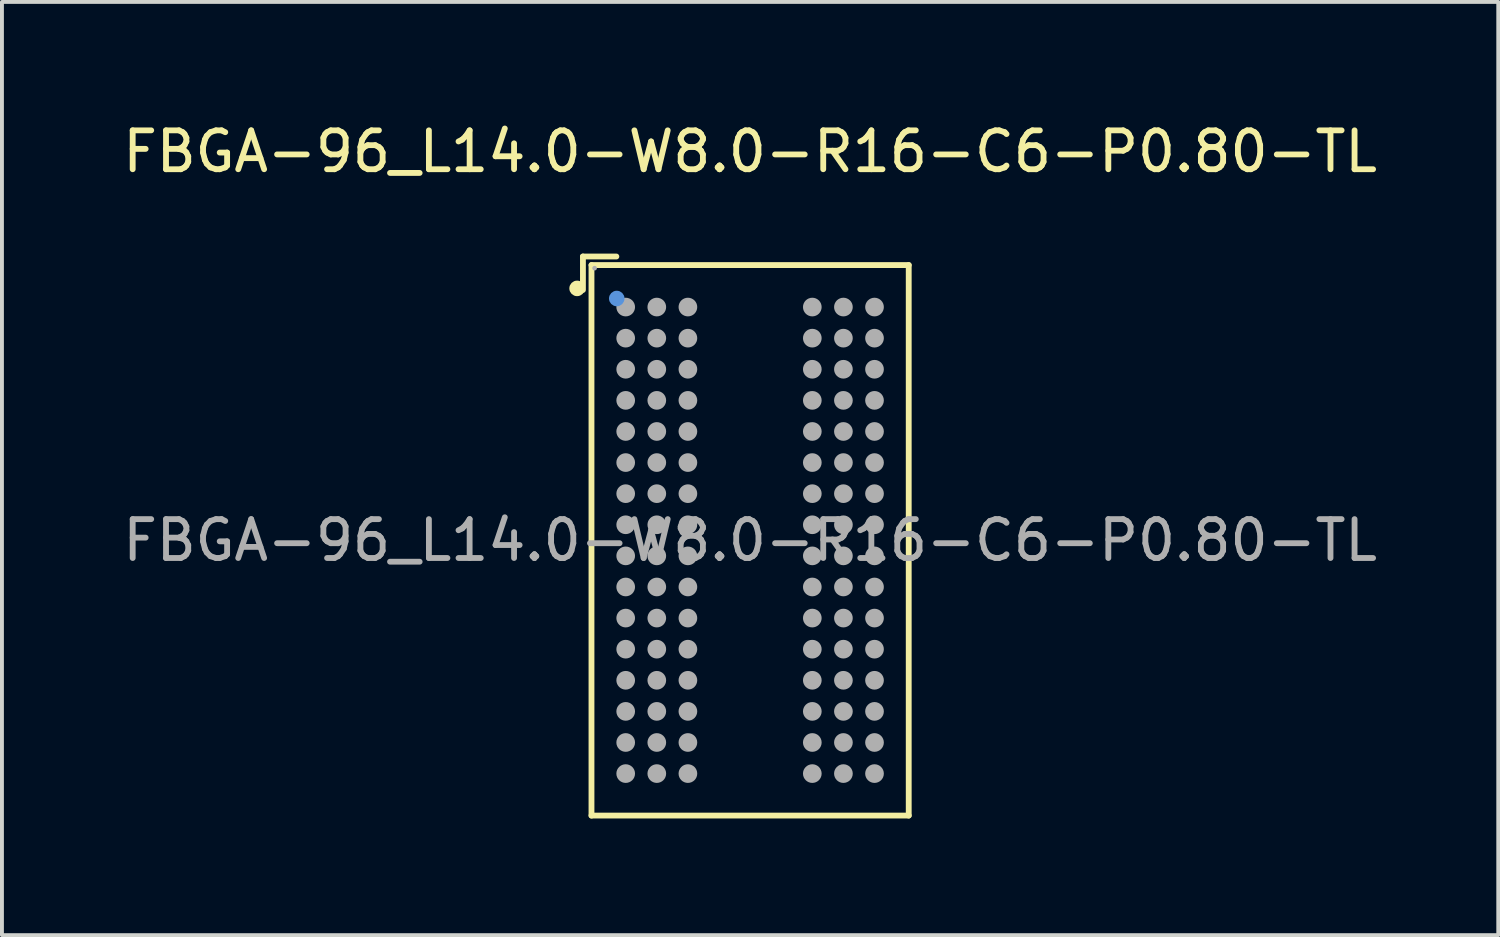
<source format=kicad_pcb>
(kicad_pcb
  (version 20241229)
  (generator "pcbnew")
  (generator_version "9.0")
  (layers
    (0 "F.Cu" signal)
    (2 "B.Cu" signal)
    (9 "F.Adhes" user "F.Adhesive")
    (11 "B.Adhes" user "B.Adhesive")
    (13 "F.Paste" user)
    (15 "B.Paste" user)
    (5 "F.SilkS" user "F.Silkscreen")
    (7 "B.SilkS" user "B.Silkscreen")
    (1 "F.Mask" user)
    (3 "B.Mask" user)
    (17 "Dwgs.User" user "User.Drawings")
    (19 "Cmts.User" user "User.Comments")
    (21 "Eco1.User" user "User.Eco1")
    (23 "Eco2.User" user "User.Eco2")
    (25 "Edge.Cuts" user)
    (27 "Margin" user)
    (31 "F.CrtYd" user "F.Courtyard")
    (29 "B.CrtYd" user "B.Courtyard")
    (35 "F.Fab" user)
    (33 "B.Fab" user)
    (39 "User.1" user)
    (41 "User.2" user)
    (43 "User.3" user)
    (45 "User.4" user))
  (footprint "FBGA-96_L14.0-W8.0-R16-C6-P0.80-TL"
    (layer "F.Cu")
    (at 16.244 10.848)
    (property "Reference" "FBGA-96_L14.0-W8.0-R16-C6-P0.80-TL" (at 0 -10 0) (layer "F.SilkS") (effects (font (size 1 1) (thickness 0.15))))
    (attr smd)
    (fp_line (start -4.3 -7.3) (end -4.3 -6.44) (stroke (width 0.15) (type solid)) (layer "F.SilkS"))
    (fp_line (start -4.08 -7.08) (end 4.08 -7.08) (stroke (width 0.15) (type solid)) (layer "F.SilkS"))
    (fp_line (start -4.08 7.08) (end -4.08 -7.08) (stroke (width 0.15) (type solid)) (layer "F.SilkS"))
    (fp_line (start -3.44 -7.3) (end -4.3 -7.3) (stroke (width 0.15) (type solid)) (layer "F.SilkS"))
    (fp_line (start 4.08 -7.08) (end 4.08 7.08) (stroke (width 0.15) (type solid)) (layer "F.SilkS"))
    (fp_line (start 4.08 7.08) (end -4.08 7.08) (stroke (width 0.15) (type solid)) (layer "F.SilkS"))
    (fp_circle (center -4.45 -6.48) (end -4.35 -6.48) (stroke (width 0.2) (type solid)) (fill no) (layer "F.SilkS"))
    (fp_circle (center -3.43 -6.22) (end -3.33 -6.22) (stroke (width 0.2) (type solid)) (fill no) (layer "Cmts.User"))
    (fp_circle (center -4 -7) (end -3.97 -7) (stroke (width 0.06) (type solid)) (fill no) (layer "F.Fab"))
    (fp_circle (center -3.2 -6) (end -3.08 -6) (stroke (width 0.24) (type solid)) (fill no) (layer "F.Fab"))
    (fp_circle (center -3.2 -5.2) (end -3.08 -5.2) (stroke (width 0.24) (type solid)) (fill no) (layer "F.Fab"))
    (fp_circle (center -3.2 -4.4) (end -3.08 -4.4) (stroke (width 0.24) (type solid)) (fill no) (layer "F.Fab"))
    (fp_circle (center -3.2 -3.6) (end -3.08 -3.6) (stroke (width 0.24) (type solid)) (fill no) (layer "F.Fab"))
    (fp_circle (center -3.2 -2.8) (end -3.08 -2.8) (stroke (width 0.24) (type solid)) (fill no) (layer "F.Fab"))
    (fp_circle (center -3.2 -2) (end -3.08 -2) (stroke (width 0.24) (type solid)) (fill no) (layer "F.Fab"))
    (fp_circle (center -3.2 -1.2) (end -3.08 -1.2) (stroke (width 0.24) (type solid)) (fill no) (layer "F.Fab"))
    (fp_circle (center -3.2 -0.4) (end -3.08 -0.4) (stroke (width 0.24) (type solid)) (fill no) (layer "F.Fab"))
    (fp_circle (center -3.2 0.4) (end -3.08 0.4) (stroke (width 0.24) (type solid)) (fill no) (layer "F.Fab"))
    (fp_circle (center -3.2 1.2) (end -3.08 1.2) (stroke (width 0.24) (type solid)) (fill no) (layer "F.Fab"))
    (fp_circle (center -3.2 2) (end -3.08 2) (stroke (width 0.24) (type solid)) (fill no) (layer "F.Fab"))
    (fp_circle (center -3.2 2.8) (end -3.08 2.8) (stroke (width 0.24) (type solid)) (fill no) (layer "F.Fab"))
    (fp_circle (center -3.2 3.6) (end -3.08 3.6) (stroke (width 0.24) (type solid)) (fill no) (layer "F.Fab"))
    (fp_circle (center -3.2 4.4) (end -3.08 4.4) (stroke (width 0.24) (type solid)) (fill no) (layer "F.Fab"))
    (fp_circle (center -3.2 5.2) (end -3.08 5.2) (stroke (width 0.24) (type solid)) (fill no) (layer "F.Fab"))
    (fp_circle (center -3.2 6) (end -3.08 6) (stroke (width 0.24) (type solid)) (fill no) (layer "F.Fab"))
    (fp_circle (center -2.4 -6) (end -2.28 -6) (stroke (width 0.24) (type solid)) (fill no) (layer "F.Fab"))
    (fp_circle (center -2.4 -5.2) (end -2.28 -5.2) (stroke (width 0.24) (type solid)) (fill no) (layer "F.Fab"))
    (fp_circle (center -2.4 -4.4) (end -2.28 -4.4) (stroke (width 0.24) (type solid)) (fill no) (layer "F.Fab"))
    (fp_circle (center -2.4 -3.6) (end -2.28 -3.6) (stroke (width 0.24) (type solid)) (fill no) (layer "F.Fab"))
    (fp_circle (center -2.4 -2.8) (end -2.28 -2.8) (stroke (width 0.24) (type solid)) (fill no) (layer "F.Fab"))
    (fp_circle (center -2.4 -2) (end -2.28 -2) (stroke (width 0.24) (type solid)) (fill no) (layer "F.Fab"))
    (fp_circle (center -2.4 -1.2) (end -2.28 -1.2) (stroke (width 0.24) (type solid)) (fill no) (layer "F.Fab"))
    (fp_circle (center -2.4 -0.4) (end -2.28 -0.4) (stroke (width 0.24) (type solid)) (fill no) (layer "F.Fab"))
    (fp_circle (center -2.4 0.4) (end -2.28 0.4) (stroke (width 0.24) (type solid)) (fill no) (layer "F.Fab"))
    (fp_circle (center -2.4 1.2) (end -2.28 1.2) (stroke (width 0.24) (type solid)) (fill no) (layer "F.Fab"))
    (fp_circle (center -2.4 2) (end -2.28 2) (stroke (width 0.24) (type solid)) (fill no) (layer "F.Fab"))
    (fp_circle (center -2.4 2.8) (end -2.28 2.8) (stroke (width 0.24) (type solid)) (fill no) (layer "F.Fab"))
    (fp_circle (center -2.4 3.6) (end -2.28 3.6) (stroke (width 0.24) (type solid)) (fill no) (layer "F.Fab"))
    (fp_circle (center -2.4 4.4) (end -2.28 4.4) (stroke (width 0.24) (type solid)) (fill no) (layer "F.Fab"))
    (fp_circle (center -2.4 5.2) (end -2.28 5.2) (stroke (width 0.24) (type solid)) (fill no) (layer "F.Fab"))
    (fp_circle (center -2.4 6) (end -2.28 6) (stroke (width 0.24) (type solid)) (fill no) (layer "F.Fab"))
    (fp_circle (center -1.6 -6) (end -1.48 -6) (stroke (width 0.24) (type solid)) (fill no) (layer "F.Fab"))
    (fp_circle (center -1.6 -5.2) (end -1.48 -5.2) (stroke (width 0.24) (type solid)) (fill no) (layer "F.Fab"))
    (fp_circle (center -1.6 -4.4) (end -1.48 -4.4) (stroke (width 0.24) (type solid)) (fill no) (layer "F.Fab"))
    (fp_circle (center -1.6 -3.6) (end -1.48 -3.6) (stroke (width 0.24) (type solid)) (fill no) (layer "F.Fab"))
    (fp_circle (center -1.6 -2.8) (end -1.48 -2.8) (stroke (width 0.24) (type solid)) (fill no) (layer "F.Fab"))
    (fp_circle (center -1.6 -2) (end -1.48 -2) (stroke (width 0.24) (type solid)) (fill no) (layer "F.Fab"))
    (fp_circle (center -1.6 -1.2) (end -1.48 -1.2) (stroke (width 0.24) (type solid)) (fill no) (layer "F.Fab"))
    (fp_circle (center -1.6 -0.4) (end -1.48 -0.4) (stroke (width 0.24) (type solid)) (fill no) (layer "F.Fab"))
    (fp_circle (center -1.6 0.4) (end -1.48 0.4) (stroke (width 0.24) (type solid)) (fill no) (layer "F.Fab"))
    (fp_circle (center -1.6 1.2) (end -1.48 1.2) (stroke (width 0.24) (type solid)) (fill no) (layer "F.Fab"))
    (fp_circle (center -1.6 2) (end -1.48 2) (stroke (width 0.24) (type solid)) (fill no) (layer "F.Fab"))
    (fp_circle (center -1.6 2.8) (end -1.48 2.8) (stroke (width 0.24) (type solid)) (fill no) (layer "F.Fab"))
    (fp_circle (center -1.6 3.6) (end -1.48 3.6) (stroke (width 0.24) (type solid)) (fill no) (layer "F.Fab"))
    (fp_circle (center -1.6 4.4) (end -1.48 4.4) (stroke (width 0.24) (type solid)) (fill no) (layer "F.Fab"))
    (fp_circle (center -1.6 5.2) (end -1.48 5.2) (stroke (width 0.24) (type solid)) (fill no) (layer "F.Fab"))
    (fp_circle (center -1.6 6) (end -1.48 6) (stroke (width 0.24) (type solid)) (fill no) (layer "F.Fab"))
    (fp_circle (center 1.6 -6) (end 1.72 -6) (stroke (width 0.24) (type solid)) (fill no) (layer "F.Fab"))
    (fp_circle (center 1.6 -5.2) (end 1.72 -5.2) (stroke (width 0.24) (type solid)) (fill no) (layer "F.Fab"))
    (fp_circle (center 1.6 -4.4) (end 1.72 -4.4) (stroke (width 0.24) (type solid)) (fill no) (layer "F.Fab"))
    (fp_circle (center 1.6 -3.6) (end 1.72 -3.6) (stroke (width 0.24) (type solid)) (fill no) (layer "F.Fab"))
    (fp_circle (center 1.6 -2.8) (end 1.72 -2.8) (stroke (width 0.24) (type solid)) (fill no) (layer "F.Fab"))
    (fp_circle (center 1.6 -2) (end 1.72 -2) (stroke (width 0.24) (type solid)) (fill no) (layer "F.Fab"))
    (fp_circle (center 1.6 -1.2) (end 1.72 -1.2) (stroke (width 0.24) (type solid)) (fill no) (layer "F.Fab"))
    (fp_circle (center 1.6 -0.4) (end 1.72 -0.4) (stroke (width 0.24) (type solid)) (fill no) (layer "F.Fab"))
    (fp_circle (center 1.6 0.4) (end 1.72 0.4) (stroke (width 0.24) (type solid)) (fill no) (layer "F.Fab"))
    (fp_circle (center 1.6 1.2) (end 1.72 1.2) (stroke (width 0.24) (type solid)) (fill no) (layer "F.Fab"))
    (fp_circle (center 1.6 2) (end 1.72 2) (stroke (width 0.24) (type solid)) (fill no) (layer "F.Fab"))
    (fp_circle (center 1.6 2.8) (end 1.72 2.8) (stroke (width 0.24) (type solid)) (fill no) (layer "F.Fab"))
    (fp_circle (center 1.6 3.6) (end 1.72 3.6) (stroke (width 0.24) (type solid)) (fill no) (layer "F.Fab"))
    (fp_circle (center 1.6 4.4) (end 1.72 4.4) (stroke (width 0.24) (type solid)) (fill no) (layer "F.Fab"))
    (fp_circle (center 1.6 5.2) (end 1.72 5.2) (stroke (width 0.24) (type solid)) (fill no) (layer "F.Fab"))
    (fp_circle (center 1.6 6) (end 1.72 6) (stroke (width 0.24) (type solid)) (fill no) (layer "F.Fab"))
    (fp_circle (center 2.4 -6) (end 2.52 -6) (stroke (width 0.24) (type solid)) (fill no) (layer "F.Fab"))
    (fp_circle (center 2.4 -5.2) (end 2.52 -5.2) (stroke (width 0.24) (type solid)) (fill no) (layer "F.Fab"))
    (fp_circle (center 2.4 -4.4) (end 2.52 -4.4) (stroke (width 0.24) (type solid)) (fill no) (layer "F.Fab"))
    (fp_circle (center 2.4 -3.6) (end 2.52 -3.6) (stroke (width 0.24) (type solid)) (fill no) (layer "F.Fab"))
    (fp_circle (center 2.4 -2.8) (end 2.52 -2.8) (stroke (width 0.24) (type solid)) (fill no) (layer "F.Fab"))
    (fp_circle (center 2.4 -2) (end 2.52 -2) (stroke (width 0.24) (type solid)) (fill no) (layer "F.Fab"))
    (fp_circle (center 2.4 -1.2) (end 2.52 -1.2) (stroke (width 0.24) (type solid)) (fill no) (layer "F.Fab"))
    (fp_circle (center 2.4 -0.4) (end 2.52 -0.4) (stroke (width 0.24) (type solid)) (fill no) (layer "F.Fab"))
    (fp_circle (center 2.4 0.4) (end 2.52 0.4) (stroke (width 0.24) (type solid)) (fill no) (layer "F.Fab"))
    (fp_circle (center 2.4 1.2) (end 2.52 1.2) (stroke (width 0.24) (type solid)) (fill no) (layer "F.Fab"))
    (fp_circle (center 2.4 2) (end 2.52 2) (stroke (width 0.24) (type solid)) (fill no) (layer "F.Fab"))
    (fp_circle (center 2.4 2.8) (end 2.52 2.8) (stroke (width 0.24) (type solid)) (fill no) (layer "F.Fab"))
    (fp_circle (center 2.4 3.6) (end 2.52 3.6) (stroke (width 0.24) (type solid)) (fill no) (layer "F.Fab"))
    (fp_circle (center 2.4 4.4) (end 2.52 4.4) (stroke (width 0.24) (type solid)) (fill no) (layer "F.Fab"))
    (fp_circle (center 2.4 5.2) (end 2.52 5.2) (stroke (width 0.24) (type solid)) (fill no) (layer "F.Fab"))
    (fp_circle (center 2.4 6) (end 2.52 6) (stroke (width 0.24) (type solid)) (fill no) (layer "F.Fab"))
    (fp_circle (center 3.2 -6) (end 3.32 -6) (stroke (width 0.24) (type solid)) (fill no) (layer "F.Fab"))
    (fp_circle (center 3.2 -5.2) (end 3.32 -5.2) (stroke (width 0.24) (type solid)) (fill no) (layer "F.Fab"))
    (fp_circle (center 3.2 -4.4) (end 3.32 -4.4) (stroke (width 0.24) (type solid)) (fill no) (layer "F.Fab"))
    (fp_circle (center 3.2 -3.6) (end 3.32 -3.6) (stroke (width 0.24) (type solid)) (fill no) (layer "F.Fab"))
    (fp_circle (center 3.2 -2.8) (end 3.32 -2.8) (stroke (width 0.24) (type solid)) (fill no) (layer "F.Fab"))
    (fp_circle (center 3.2 -2) (end 3.32 -2) (stroke (width 0.24) (type solid)) (fill no) (layer "F.Fab"))
    (fp_circle (center 3.2 -1.2) (end 3.32 -1.2) (stroke (width 0.24) (type solid)) (fill no) (layer "F.Fab"))
    (fp_circle (center 3.2 -0.4) (end 3.32 -0.4) (stroke (width 0.24) (type solid)) (fill no) (layer "F.Fab"))
    (fp_circle (center 3.2 0.4) (end 3.32 0.4) (stroke (width 0.24) (type solid)) (fill no) (layer "F.Fab"))
    (fp_circle (center 3.2 1.2) (end 3.32 1.2) (stroke (width 0.24) (type solid)) (fill no) (layer "F.Fab"))
    (fp_circle (center 3.2 2) (end 3.32 2) (stroke (width 0.24) (type solid)) (fill no) (layer "F.Fab"))
    (fp_circle (center 3.2 2.8) (end 3.32 2.8) (stroke (width 0.24) (type solid)) (fill no) (layer "F.Fab"))
    (fp_circle (center 3.2 3.6) (end 3.32 3.6) (stroke (width 0.24) (type solid)) (fill no) (layer "F.Fab"))
    (fp_circle (center 3.2 4.4) (end 3.32 4.4) (stroke (width 0.24) (type solid)) (fill no) (layer "F.Fab"))
    (fp_circle (center 3.2 5.2) (end 3.32 5.2) (stroke (width 0.24) (type solid)) (fill no) (layer "F.Fab"))
    (fp_circle (center 3.2 6) (end 3.32 6) (stroke (width 0.24) (type solid)) (fill no) (layer "F.Fab"))
    (fp_text user "${REFERENCE}" (at 0 0 0) (layer "F.Fab") (effects (font (size 1 1) (thickness 0.15))))
    (pad "A1" smd circle (at -3.2 -6 270) (size 0.39 0.39) (layers "F.Cu" "F.Mask" "F.Paste"))
    (pad "A2" smd circle (at -2.4 -6 270) (size 0.39 0.39) (layers "F.Cu" "F.Mask" "F.Paste"))
    (pad "A3" smd circle (at -1.6 -6 270) (size 0.39 0.39) (layers "F.Cu" "F.Mask" "F.Paste"))
    (pad "A7" smd circle (at 1.6 -6 270) (size 0.39 0.39) (layers "F.Cu" "F.Mask" "F.Paste"))
    (pad "A8" smd circle (at 2.4 -6 270) (size 0.39 0.39) (layers "F.Cu" "F.Mask" "F.Paste"))
    (pad "A9" smd circle (at 3.2 -6 270) (size 0.39 0.39) (layers "F.Cu" "F.Mask" "F.Paste"))
    (pad "B1" smd circle (at -3.2 -5.2 270) (size 0.39 0.39) (layers "F.Cu" "F.Mask" "F.Paste"))
    (pad "B2" smd circle (at -2.4 -5.2 270) (size 0.39 0.39) (layers "F.Cu" "F.Mask" "F.Paste"))
    (pad "B3" smd circle (at -1.6 -5.2 270) (size 0.39 0.39) (layers "F.Cu" "F.Mask" "F.Paste"))
    (pad "B7" smd circle (at 1.6 -5.2 270) (size 0.39 0.39) (layers "F.Cu" "F.Mask" "F.Paste"))
    (pad "B8" smd circle (at 2.4 -5.2 270) (size 0.39 0.39) (layers "F.Cu" "F.Mask" "F.Paste"))
    (pad "B9" smd circle (at 3.2 -5.2 270) (size 0.39 0.39) (layers "F.Cu" "F.Mask" "F.Paste"))
    (pad "C1" smd circle (at -3.2 -4.4 270) (size 0.39 0.39) (layers "F.Cu" "F.Mask" "F.Paste"))
    (pad "C2" smd circle (at -2.4 -4.4 270) (size 0.39 0.39) (layers "F.Cu" "F.Mask" "F.Paste"))
    (pad "C3" smd circle (at -1.6 -4.4 270) (size 0.39 0.39) (layers "F.Cu" "F.Mask" "F.Paste"))
    (pad "C7" smd circle (at 1.6 -4.4 270) (size 0.39 0.39) (layers "F.Cu" "F.Mask" "F.Paste"))
    (pad "C8" smd circle (at 2.4 -4.4 270) (size 0.39 0.39) (layers "F.Cu" "F.Mask" "F.Paste"))
    (pad "C9" smd circle (at 3.2 -4.4 270) (size 0.39 0.39) (layers "F.Cu" "F.Mask" "F.Paste"))
    (pad "D1" smd circle (at -3.2 -3.6 270) (size 0.39 0.39) (layers "F.Cu" "F.Mask" "F.Paste"))
    (pad "D2" smd circle (at -2.4 -3.6 270) (size 0.39 0.39) (layers "F.Cu" "F.Mask" "F.Paste"))
    (pad "D3" smd circle (at -1.6 -3.6 270) (size 0.39 0.39) (layers "F.Cu" "F.Mask" "F.Paste"))
    (pad "D7" smd circle (at 1.6 -3.6 270) (size 0.39 0.39) (layers "F.Cu" "F.Mask" "F.Paste"))
    (pad "D8" smd circle (at 2.4 -3.6 270) (size 0.39 0.39) (layers "F.Cu" "F.Mask" "F.Paste"))
    (pad "D9" smd circle (at 3.2 -3.6 270) (size 0.39 0.39) (layers "F.Cu" "F.Mask" "F.Paste"))
    (pad "E1" smd circle (at -3.2 -2.8 270) (size 0.39 0.39) (layers "F.Cu" "F.Mask" "F.Paste"))
    (pad "E2" smd circle (at -2.4 -2.8 270) (size 0.39 0.39) (layers "F.Cu" "F.Mask" "F.Paste"))
    (pad "E3" smd circle (at -1.6 -2.8 270) (size 0.39 0.39) (layers "F.Cu" "F.Mask" "F.Paste"))
    (pad "E7" smd circle (at 1.6 -2.8 270) (size 0.39 0.39) (layers "F.Cu" "F.Mask" "F.Paste"))
    (pad "E8" smd circle (at 2.4 -2.8 270) (size 0.39 0.39) (layers "F.Cu" "F.Mask" "F.Paste"))
    (pad "E9" smd circle (at 3.2 -2.8 270) (size 0.39 0.39) (layers "F.Cu" "F.Mask" "F.Paste"))
    (pad "F1" smd circle (at -3.2 -2 270) (size 0.39 0.39) (layers "F.Cu" "F.Mask" "F.Paste"))
    (pad "F2" smd circle (at -2.4 -2 270) (size 0.39 0.39) (layers "F.Cu" "F.Mask" "F.Paste"))
    (pad "F3" smd circle (at -1.6 -2 270) (size 0.39 0.39) (layers "F.Cu" "F.Mask" "F.Paste"))
    (pad "F7" smd circle (at 1.6 -2 270) (size 0.39 0.39) (layers "F.Cu" "F.Mask" "F.Paste"))
    (pad "F8" smd circle (at 2.4 -2 270) (size 0.39 0.39) (layers "F.Cu" "F.Mask" "F.Paste"))
    (pad "F9" smd circle (at 3.2 -2 270) (size 0.39 0.39) (layers "F.Cu" "F.Mask" "F.Paste"))
    (pad "G1" smd circle (at -3.2 -1.2 270) (size 0.39 0.39) (layers "F.Cu" "F.Mask" "F.Paste"))
    (pad "G2" smd circle (at -2.4 -1.2 270) (size 0.39 0.39) (layers "F.Cu" "F.Mask" "F.Paste"))
    (pad "G3" smd circle (at -1.6 -1.2 270) (size 0.39 0.39) (layers "F.Cu" "F.Mask" "F.Paste"))
    (pad "G7" smd circle (at 1.6 -1.2 270) (size 0.39 0.39) (layers "F.Cu" "F.Mask" "F.Paste"))
    (pad "G8" smd circle (at 2.4 -1.2 270) (size 0.39 0.39) (layers "F.Cu" "F.Mask" "F.Paste"))
    (pad "G9" smd circle (at 3.2 -1.2 270) (size 0.39 0.39) (layers "F.Cu" "F.Mask" "F.Paste"))
    (pad "H1" smd circle (at -3.2 -0.4 270) (size 0.39 0.39) (layers "F.Cu" "F.Mask" "F.Paste"))
    (pad "H2" smd circle (at -2.4 -0.4 270) (size 0.39 0.39) (layers "F.Cu" "F.Mask" "F.Paste"))
    (pad "H3" smd circle (at -1.6 -0.4 270) (size 0.39 0.39) (layers "F.Cu" "F.Mask" "F.Paste"))
    (pad "H7" smd circle (at 1.6 -0.4 270) (size 0.39 0.39) (layers "F.Cu" "F.Mask" "F.Paste"))
    (pad "H8" smd circle (at 2.4 -0.4 270) (size 0.39 0.39) (layers "F.Cu" "F.Mask" "F.Paste"))
    (pad "H9" smd circle (at 3.2 -0.4 270) (size 0.39 0.39) (layers "F.Cu" "F.Mask" "F.Paste"))
    (pad "J1" smd circle (at -3.2 0.4 270) (size 0.39 0.39) (layers "F.Cu" "F.Mask" "F.Paste"))
    (pad "J2" smd circle (at -2.4 0.4 270) (size 0.39 0.39) (layers "F.Cu" "F.Mask" "F.Paste"))
    (pad "J3" smd circle (at -1.6 0.4 270) (size 0.39 0.39) (layers "F.Cu" "F.Mask" "F.Paste"))
    (pad "J7" smd circle (at 1.6 0.4 270) (size 0.39 0.39) (layers "F.Cu" "F.Mask" "F.Paste"))
    (pad "J8" smd circle (at 2.4 0.4 270) (size 0.39 0.39) (layers "F.Cu" "F.Mask" "F.Paste"))
    (pad "J9" smd circle (at 3.2 0.4 270) (size 0.39 0.39) (layers "F.Cu" "F.Mask" "F.Paste"))
    (pad "K1" smd circle (at -3.2 1.2 270) (size 0.39 0.39) (layers "F.Cu" "F.Mask" "F.Paste"))
    (pad "K2" smd circle (at -2.4 1.2 270) (size 0.39 0.39) (layers "F.Cu" "F.Mask" "F.Paste"))
    (pad "K3" smd circle (at -1.6 1.2 270) (size 0.39 0.39) (layers "F.Cu" "F.Mask" "F.Paste"))
    (pad "K7" smd circle (at 1.6 1.2 270) (size 0.39 0.39) (layers "F.Cu" "F.Mask" "F.Paste"))
    (pad "K8" smd circle (at 2.4 1.2 270) (size 0.39 0.39) (layers "F.Cu" "F.Mask" "F.Paste"))
    (pad "K9" smd circle (at 3.2 1.2 270) (size 0.39 0.39) (layers "F.Cu" "F.Mask" "F.Paste"))
    (pad "L1" smd circle (at -3.2 2 270) (size 0.39 0.39) (layers "F.Cu" "F.Mask" "F.Paste"))
    (pad "L2" smd circle (at -2.4 2 270) (size 0.39 0.39) (layers "F.Cu" "F.Mask" "F.Paste"))
    (pad "L3" smd circle (at -1.6 2 270) (size 0.39 0.39) (layers "F.Cu" "F.Mask" "F.Paste"))
    (pad "L7" smd circle (at 1.6 2 270) (size 0.39 0.39) (layers "F.Cu" "F.Mask" "F.Paste"))
    (pad "L8" smd circle (at 2.4 2 270) (size 0.39 0.39) (layers "F.Cu" "F.Mask" "F.Paste"))
    (pad "L9" smd circle (at 3.2 2 270) (size 0.39 0.39) (layers "F.Cu" "F.Mask" "F.Paste"))
    (pad "M1" smd circle (at -3.2 2.8 270) (size 0.39 0.39) (layers "F.Cu" "F.Mask" "F.Paste"))
    (pad "M2" smd circle (at -2.4 2.8 270) (size 0.39 0.39) (layers "F.Cu" "F.Mask" "F.Paste"))
    (pad "M3" smd circle (at -1.6 2.8 270) (size 0.39 0.39) (layers "F.Cu" "F.Mask" "F.Paste"))
    (pad "M7" smd circle (at 1.6 2.8 270) (size 0.39 0.39) (layers "F.Cu" "F.Mask" "F.Paste"))
    (pad "M8" smd circle (at 2.4 2.8 270) (size 0.39 0.39) (layers "F.Cu" "F.Mask" "F.Paste"))
    (pad "M9" smd circle (at 3.2 2.8 270) (size 0.39 0.39) (layers "F.Cu" "F.Mask" "F.Paste"))
    (pad "N1" smd circle (at -3.2 3.6 270) (size 0.39 0.39) (layers "F.Cu" "F.Mask" "F.Paste"))
    (pad "N2" smd circle (at -2.4 3.6 270) (size 0.39 0.39) (layers "F.Cu" "F.Mask" "F.Paste"))
    (pad "N3" smd circle (at -1.6 3.6 270) (size 0.39 0.39) (layers "F.Cu" "F.Mask" "F.Paste"))
    (pad "N7" smd circle (at 1.6 3.6 270) (size 0.39 0.39) (layers "F.Cu" "F.Mask" "F.Paste"))
    (pad "N8" smd circle (at 2.4 3.6 270) (size 0.39 0.39) (layers "F.Cu" "F.Mask" "F.Paste"))
    (pad "N9" smd circle (at 3.2 3.6 270) (size 0.39 0.39) (layers "F.Cu" "F.Mask" "F.Paste"))
    (pad "P1" smd circle (at -3.2 4.4 270) (size 0.39 0.39) (layers "F.Cu" "F.Mask" "F.Paste"))
    (pad "P2" smd circle (at -2.4 4.4 270) (size 0.39 0.39) (layers "F.Cu" "F.Mask" "F.Paste"))
    (pad "P3" smd circle (at -1.6 4.4 270) (size 0.39 0.39) (layers "F.Cu" "F.Mask" "F.Paste"))
    (pad "P7" smd circle (at 1.6 4.4 270) (size 0.39 0.39) (layers "F.Cu" "F.Mask" "F.Paste"))
    (pad "P8" smd circle (at 2.4 4.4 270) (size 0.39 0.39) (layers "F.Cu" "F.Mask" "F.Paste"))
    (pad "P9" smd circle (at 3.2 4.4 270) (size 0.39 0.39) (layers "F.Cu" "F.Mask" "F.Paste"))
    (pad "R1" smd circle (at -3.2 5.2 270) (size 0.39 0.39) (layers "F.Cu" "F.Mask" "F.Paste"))
    (pad "R2" smd circle (at -2.4 5.2 270) (size 0.39 0.39) (layers "F.Cu" "F.Mask" "F.Paste"))
    (pad "R3" smd circle (at -1.6 5.2 270) (size 0.39 0.39) (layers "F.Cu" "F.Mask" "F.Paste"))
    (pad "R7" smd circle (at 1.6 5.2 270) (size 0.39 0.39) (layers "F.Cu" "F.Mask" "F.Paste"))
    (pad "R8" smd circle (at 2.4 5.2 270) (size 0.39 0.39) (layers "F.Cu" "F.Mask" "F.Paste"))
    (pad "R9" smd circle (at 3.2 5.2 270) (size 0.39 0.39) (layers "F.Cu" "F.Mask" "F.Paste"))
    (pad "T1" smd circle (at -3.2 6 270) (size 0.39 0.39) (layers "F.Cu" "F.Mask" "F.Paste"))
    (pad "T2" smd circle (at -2.4 6 270) (size 0.39 0.39) (layers "F.Cu" "F.Mask" "F.Paste"))
    (pad "T3" smd circle (at -1.6 6 270) (size 0.39 0.39) (layers "F.Cu" "F.Mask" "F.Paste"))
    (pad "T7" smd circle (at 1.6 6 270) (size 0.39 0.39) (layers "F.Cu" "F.Mask" "F.Paste"))
    (pad "T8" smd circle (at 2.4 6 270) (size 0.39 0.39) (layers "F.Cu" "F.Mask" "F.Paste"))
    (pad "T9" smd circle (at 3.2 6 270) (size 0.39 0.39) (layers "F.Cu" "F.Mask" "F.Paste")))
  (gr_rect
    (start -3 -3)
    (end 35.488 21.003)
    (stroke (width 0.1) (type default))
    (fill no)
    (layer "Edge.Cuts")))
</source>
